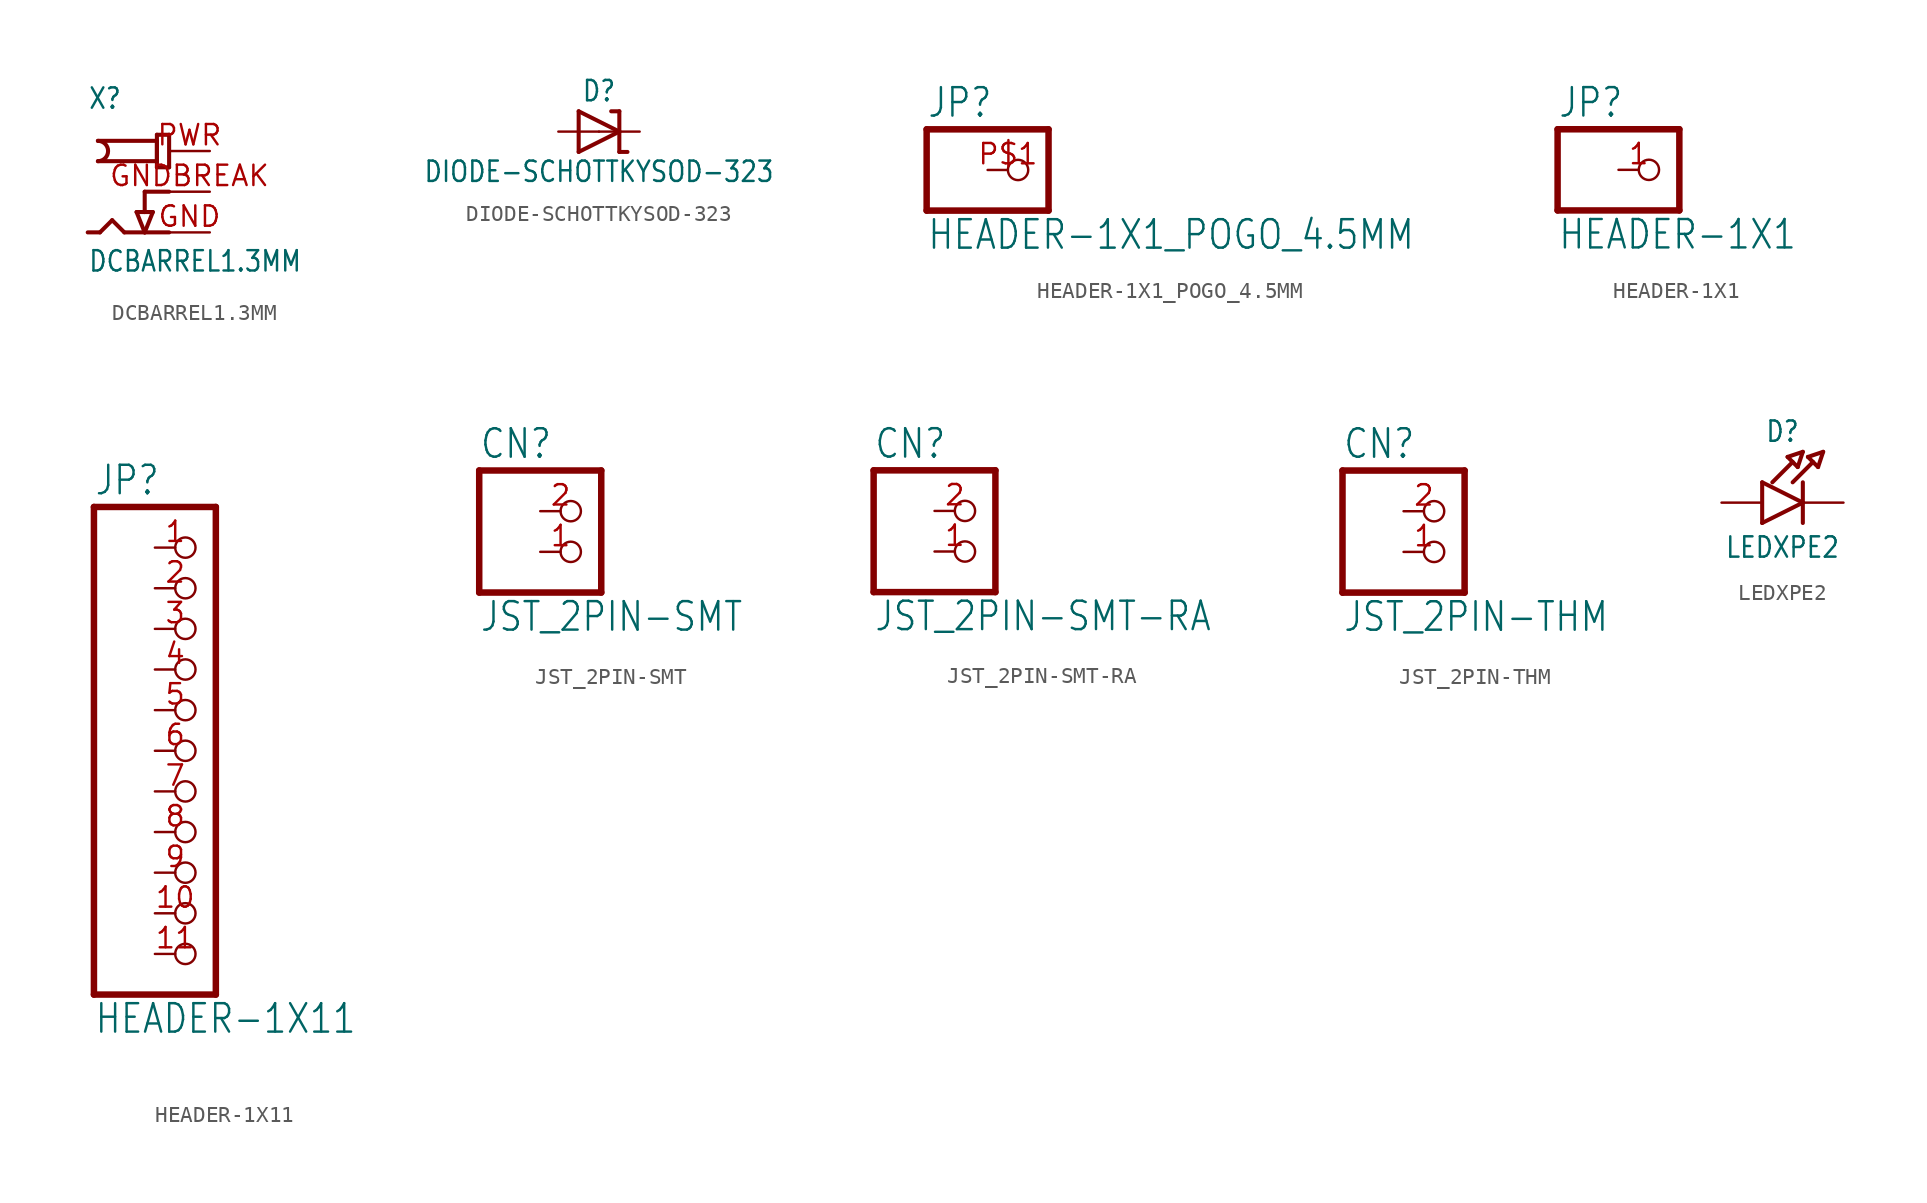
<source format=kicad_sym>
(kicad_symbol_lib
  (version 20211014)
  (generator kicad_symbol_editor)
  (symbol "DCBARREL1.3MM"
    (property "Reference" "X"
      (at -5.08 5.08 0)
      (effects (font (size 1.27 1.079)) (justify left bottom)))
    (property "Value" "DCBARREL1.3MM"
      (at -5.08 -5.08 0)
      (effects (font (size 1.27 1.079)) (justify left bottom)))
    (property "ki_locked" ""
      (at 0 0 0)
      (effects (font (size 1.27 1.27))))
    (symbol "DCBARREL1.3MM_1_0"
      (arc (start -4.445 1.905) (mid -3.81 2.54) (end -4.445 3.175) (stroke (width 0.254) (type default) (color 0 0 0 0)) (fill (type none)))
      (polyline (pts (xy -5.08 -2.54) (xy -4.318 -2.54)) (stroke (width 0.254) (type default) (color 0 0 0 0)) (fill (type none)))
      (polyline (pts (xy -4.318 -2.54) (xy -3.556 -1.778)) (stroke (width 0.254) (type default) (color 0 0 0 0)) (fill (type none)))
      (polyline (pts (xy -3.556 -1.778) (xy -2.794 -2.54)) (stroke (width 0.254) (type default) (color 0 0 0 0)) (fill (type none)))
      (polyline (pts (xy -2.032 -1.27) (xy -1.524 -1.27)) (stroke (width 0.254) (type default) (color 0 0 0 0)) (fill (type none)))
      (polyline (pts (xy -1.524 -2.54) (xy -2.794 -2.54)) (stroke (width 0.254) (type default) (color 0 0 0 0)) (fill (type none)))
      (polyline (pts (xy -1.524 -2.54) (xy -2.032 -1.27)) (stroke (width 0.254) (type default) (color 0 0 0 0)) (fill (type none)))
      (polyline (pts (xy -1.524 -1.27) (xy -1.016 -1.27)) (stroke (width 0.254) (type default) (color 0 0 0 0)) (fill (type none)))
      (polyline (pts (xy -1.524 0) (xy -1.524 -1.27)) (stroke (width 0.254) (type default) (color 0 0 0 0)) (fill (type none)))
      (polyline (pts (xy -1.016 -1.27) (xy -1.524 -2.54)) (stroke (width 0.254) (type default) (color 0 0 0 0)) (fill (type none)))
      (polyline (pts (xy -0.762 1.524) (xy -0.762 3.556)) (stroke (width 0.254) (type default) (color 0 0 0 0)) (fill (type none)))
      (polyline (pts (xy -0.762 1.905) (xy -4.445 1.905)) (stroke (width 0.254) (type default) (color 0 0 0 0)) (fill (type none)))
      (polyline (pts (xy -0.762 3.175) (xy -4.445 3.175)) (stroke (width 0.254) (type default) (color 0 0 0 0)) (fill (type none)))
      (polyline (pts (xy -0.762 3.175) (xy -0.762 1.905)) (stroke (width 0.254) (type default) (color 0 0 0 0)) (fill (type none)))
      (polyline (pts (xy -0.762 3.556) (xy 0 3.556)) (stroke (width 0.254) (type default) (color 0 0 0 0)) (fill (type none)))
      (polyline (pts (xy 0 -2.54) (xy -1.524 -2.54)) (stroke (width 0.254) (type default) (color 0 0 0 0)) (fill (type none)))
      (polyline (pts (xy 0 0) (xy -1.524 0)) (stroke (width 0.254) (type default) (color 0 0 0 0)) (fill (type none)))
      (polyline (pts (xy 0 1.524) (xy -0.762 1.524)) (stroke (width 0.254) (type default) (color 0 0 0 0)) (fill (type none)))
      (polyline (pts (xy 0 3.556) (xy 0 1.524)) (stroke (width 0.254) (type default) (color 0 0 0 0)) (fill (type none)))
      (pin power_in line (at 2.54 -2.54 180) (length 2.54) (name "GND" (effects (font (size 0 0)))) (number "GND" (effects (font (size 1.27 1.27)))))
      (pin power_in line (at 2.54 0 180) (length 2.54) (name "GNDBREAK" (effects (font (size 0 0)))) (number "GNDBREAK" (effects (font (size 1.27 1.27)))))
      (pin power_in line (at 2.54 2.54 180) (length 2.54) (name "PWR" (effects (font (size 0 0)))) (number "PWR" (effects (font (size 1.27 1.27)))))))
  (symbol "DIODE-SCHOTTKYSOD-323"
    (property "Reference" "D"
      (at 0 2.54 0)
      (effects (font (size 1.27 1.079))))
    (property "Value" "DIODE-SCHOTTKYSOD-323"
      (at 0 -2.5 0)
      (effects (font (size 1.27 1.079))))
    (property "ki_locked" ""
      (at 0 0 0)
      (effects (font (size 1.27 1.27))))
    (symbol "DIODE-SCHOTTKYSOD-323_1_0"
      (polyline (pts (xy -1.27 -1.27) (xy 1.27 0)) (stroke (width 0.254) (type default) (color 0 0 0 0)) (fill (type none)))
      (polyline (pts (xy -1.27 1.27) (xy -1.27 -1.27)) (stroke (width 0.254) (type default) (color 0 0 0 0)) (fill (type none)))
      (polyline (pts (xy 1.27 -1.27) (xy 1.778 -1.27)) (stroke (width 0.254) (type default) (color 0 0 0 0)) (fill (type none)))
      (polyline (pts (xy 1.27 0) (xy -1.27 1.27)) (stroke (width 0.254) (type default) (color 0 0 0 0)) (fill (type none)))
      (polyline (pts (xy 1.27 0) (xy 1.27 -1.27)) (stroke (width 0.254) (type default) (color 0 0 0 0)) (fill (type none)))
      (polyline (pts (xy 1.27 1.27) (xy 0.762 1.27)) (stroke (width 0.254) (type default) (color 0 0 0 0)) (fill (type none)))
      (polyline (pts (xy 1.27 1.27) (xy 1.27 0)) (stroke (width 0.254) (type default) (color 0 0 0 0)) (fill (type none)))
      (pin passive line (at -2.54 0 0) (length 2.54) (name "A" (effects (font (size 0 0)))) (number "A" (effects (font (size 0 0)))))
      (pin passive line (at 2.54 0 180) (length 2.54) (name "C" (effects (font (size 0 0)))) (number "C" (effects (font (size 0 0)))))))
  (symbol "HEADER-1X1_POGO_4.5MM"
    (property "Reference" "JP"
      (at -6.35 3.175 0)
      (effects (font (size 1.778 1.511)) (justify left bottom)))
    (property "Value" "HEADER-1X1_POGO_4.5MM"
      (at -6.35 -5.08 0)
      (effects (font (size 1.778 1.511)) (justify left bottom)))
    (property "ki_locked" ""
      (at 0 0 0)
      (effects (font (size 1.27 1.27))))
    (symbol "HEADER-1X1_POGO_4.5MM_1_0"
      (polyline (pts (xy -6.35 -2.54) (xy 1.27 -2.54)) (stroke (width 0.406) (type default) (color 0 0 0 0)) (fill (type none)))
      (polyline (pts (xy -6.35 2.54) (xy -6.35 -2.54)) (stroke (width 0.406) (type default) (color 0 0 0 0)) (fill (type none)))
      (polyline (pts (xy 1.27 -2.54) (xy 1.27 2.54)) (stroke (width 0.406) (type default) (color 0 0 0 0)) (fill (type none)))
      (polyline (pts (xy 1.27 2.54) (xy -6.35 2.54)) (stroke (width 0.406) (type default) (color 0 0 0 0)) (fill (type none)))
      (pin passive inverted (at -2.54 0 0) (length 2.54) (name "1" (effects (font (size 0 0)))) (number "P$1" (effects (font (size 1.27 1.27)))))))
  (symbol "HEADER-1X1"
    (property "Reference" "JP"
      (at -6.35 3.175 0)
      (effects (font (size 1.778 1.511)) (justify left bottom)))
    (property "Value" "HEADER-1X1"
      (at -6.35 -5.08 0)
      (effects (font (size 1.778 1.511)) (justify left bottom)))
    (property "ki_locked" ""
      (at 0 0 0)
      (effects (font (size 1.27 1.27))))
    (symbol "HEADER-1X1_1_0"
      (polyline (pts (xy -6.35 -2.54) (xy 1.27 -2.54)) (stroke (width 0.406) (type default) (color 0 0 0 0)) (fill (type none)))
      (polyline (pts (xy -6.35 2.54) (xy -6.35 -2.54)) (stroke (width 0.406) (type default) (color 0 0 0 0)) (fill (type none)))
      (polyline (pts (xy 1.27 -2.54) (xy 1.27 2.54)) (stroke (width 0.406) (type default) (color 0 0 0 0)) (fill (type none)))
      (polyline (pts (xy 1.27 2.54) (xy -6.35 2.54)) (stroke (width 0.406) (type default) (color 0 0 0 0)) (fill (type none)))
      (pin passive inverted (at -2.54 0 0) (length 2.54) (name "1" (effects (font (size 0 0)))) (number "1" (effects (font (size 1.27 1.27)))))))
  (symbol "HEADER-1X11"
    (property "Reference" "JP"
      (at -6.35 15.875 0)
      (effects (font (size 1.778 1.511)) (justify left bottom)))
    (property "Value" "HEADER-1X11"
      (at -6.35 -17.78 0)
      (effects (font (size 1.778 1.511)) (justify left bottom)))
    (property "ki_locked" ""
      (at 0 0 0)
      (effects (font (size 1.27 1.27))))
    (symbol "HEADER-1X11_1_0"
      (polyline (pts (xy -6.35 -15.24) (xy 1.27 -15.24)) (stroke (width 0.406) (type default) (color 0 0 0 0)) (fill (type none)))
      (polyline (pts (xy -6.35 15.24) (xy -6.35 -15.24)) (stroke (width 0.406) (type default) (color 0 0 0 0)) (fill (type none)))
      (polyline (pts (xy 1.27 -15.24) (xy 1.27 15.24)) (stroke (width 0.406) (type default) (color 0 0 0 0)) (fill (type none)))
      (polyline (pts (xy 1.27 15.24) (xy -6.35 15.24)) (stroke (width 0.406) (type default) (color 0 0 0 0)) (fill (type none)))
      (pin passive inverted (at -2.54 12.7 0) (length 2.54) (name "1" (effects (font (size 0 0)))) (number "1" (effects (font (size 1.27 1.27)))))
      (pin passive inverted (at -2.54 -10.16 0) (length 2.54) (name "10" (effects (font (size 0 0)))) (number "10" (effects (font (size 1.27 1.27)))))
      (pin passive inverted (at -2.54 -12.7 0) (length 2.54) (name "11" (effects (font (size 0 0)))) (number "11" (effects (font (size 1.27 1.27)))))
      (pin passive inverted (at -2.54 10.16 0) (length 2.54) (name "2" (effects (font (size 0 0)))) (number "2" (effects (font (size 1.27 1.27)))))
      (pin passive inverted (at -2.54 7.62 0) (length 2.54) (name "3" (effects (font (size 0 0)))) (number "3" (effects (font (size 1.27 1.27)))))
      (pin passive inverted (at -2.54 5.08 0) (length 2.54) (name "4" (effects (font (size 0 0)))) (number "4" (effects (font (size 1.27 1.27)))))
      (pin passive inverted (at -2.54 2.54 0) (length 2.54) (name "5" (effects (font (size 0 0)))) (number "5" (effects (font (size 1.27 1.27)))))
      (pin passive inverted (at -2.54 0 0) (length 2.54) (name "6" (effects (font (size 0 0)))) (number "6" (effects (font (size 1.27 1.27)))))
      (pin passive inverted (at -2.54 -2.54 0) (length 2.54) (name "7" (effects (font (size 0 0)))) (number "7" (effects (font (size 1.27 1.27)))))
      (pin passive inverted (at -2.54 -5.08 0) (length 2.54) (name "8" (effects (font (size 0 0)))) (number "8" (effects (font (size 1.27 1.27)))))
      (pin passive inverted (at -2.54 -7.62 0) (length 2.54) (name "9" (effects (font (size 0 0)))) (number "9" (effects (font (size 1.27 1.27)))))))
  (symbol "JST_2PIN-SMT"
    (property "Reference" "CN"
      (at -6.35 5.715 0)
      (effects (font (size 1.778 1.511)) (justify left bottom)))
    (property "Value" "JST_2PIN-SMT"
      (at -6.35 -5.08 0)
      (effects (font (size 1.778 1.511)) (justify left bottom)))
    (property "ki_locked" ""
      (at 0 0 0)
      (effects (font (size 1.27 1.27))))
    (symbol "JST_2PIN-SMT_1_0"
      (polyline (pts (xy -6.35 -2.54) (xy 1.27 -2.54)) (stroke (width 0.406) (type default) (color 0 0 0 0)) (fill (type none)))
      (polyline (pts (xy -6.35 5.08) (xy -6.35 -2.54)) (stroke (width 0.406) (type default) (color 0 0 0 0)) (fill (type none)))
      (polyline (pts (xy 1.27 -2.54) (xy 1.27 5.08)) (stroke (width 0.406) (type default) (color 0 0 0 0)) (fill (type none)))
      (polyline (pts (xy 1.27 5.08) (xy -6.35 5.08)) (stroke (width 0.406) (type default) (color 0 0 0 0)) (fill (type none)))
      (pin passive inverted (at -2.54 0 0) (length 2.54) (name "2" (effects (font (size 0 0)))) (number "1" (effects (font (size 1.27 1.27)))))
      (pin passive inverted (at -2.54 2.54 0) (length 2.54) (name "1" (effects (font (size 0 0)))) (number "2" (effects (font (size 1.27 1.27)))))))
  (symbol "JST_2PIN-SMT-RA"
    (property "Reference" "CN"
      (at -6.35 5.715 0)
      (effects (font (size 1.778 1.511)) (justify left bottom)))
    (property "Value" "JST_2PIN-SMT-RA"
      (at -6.35 -5.08 0)
      (effects (font (size 1.778 1.511)) (justify left bottom)))
    (property "ki_locked" ""
      (at 0 0 0)
      (effects (font (size 1.27 1.27))))
    (symbol "JST_2PIN-SMT-RA_1_0"
      (polyline (pts (xy -6.35 -2.54) (xy 1.27 -2.54)) (stroke (width 0.406) (type default) (color 0 0 0 0)) (fill (type none)))
      (polyline (pts (xy -6.35 5.08) (xy -6.35 -2.54)) (stroke (width 0.406) (type default) (color 0 0 0 0)) (fill (type none)))
      (polyline (pts (xy 1.27 -2.54) (xy 1.27 5.08)) (stroke (width 0.406) (type default) (color 0 0 0 0)) (fill (type none)))
      (polyline (pts (xy 1.27 5.08) (xy -6.35 5.08)) (stroke (width 0.406) (type default) (color 0 0 0 0)) (fill (type none)))
      (pin passive inverted (at -2.54 0 0) (length 2.54) (name "2" (effects (font (size 0 0)))) (number "1" (effects (font (size 1.27 1.27)))))
      (pin passive inverted (at -2.54 2.54 0) (length 2.54) (name "1" (effects (font (size 0 0)))) (number "2" (effects (font (size 1.27 1.27)))))))
  (symbol "JST_2PIN-THM"
    (property "Reference" "CN"
      (at -6.35 5.715 0)
      (effects (font (size 1.778 1.511)) (justify left bottom)))
    (property "Value" "JST_2PIN-THM"
      (at -6.35 -5.08 0)
      (effects (font (size 1.778 1.511)) (justify left bottom)))
    (property "ki_locked" ""
      (at 0 0 0)
      (effects (font (size 1.27 1.27))))
    (symbol "JST_2PIN-THM_1_0"
      (polyline (pts (xy -6.35 -2.54) (xy 1.27 -2.54)) (stroke (width 0.406) (type default) (color 0 0 0 0)) (fill (type none)))
      (polyline (pts (xy -6.35 5.08) (xy -6.35 -2.54)) (stroke (width 0.406) (type default) (color 0 0 0 0)) (fill (type none)))
      (polyline (pts (xy 1.27 -2.54) (xy 1.27 5.08)) (stroke (width 0.406) (type default) (color 0 0 0 0)) (fill (type none)))
      (polyline (pts (xy 1.27 5.08) (xy -6.35 5.08)) (stroke (width 0.406) (type default) (color 0 0 0 0)) (fill (type none)))
      (pin passive inverted (at -2.54 0 0) (length 2.54) (name "2" (effects (font (size 0 0)))) (number "1" (effects (font (size 1.27 1.27)))))
      (pin passive inverted (at -2.54 2.54 0) (length 2.54) (name "1" (effects (font (size 0 0)))) (number "2" (effects (font (size 1.27 1.27)))))))
  (symbol "LEDXPE2"
    (property "Reference" "D"
      (at -1.27 4.445 0)
      (effects (font (size 1.27 1.079))))
    (property "Value" "LEDXPE2"
      (at -1.27 -2.794 0)
      (effects (font (size 1.27 1.079))))
    (property "ki_locked" ""
      (at 0 0 0)
      (effects (font (size 1.27 1.27))))
    (symbol "LEDXPE2_1_0"
      (polyline (pts (xy -2.54 -1.27) (xy 0 0)) (stroke (width 0.254) (type default) (color 0 0 0 0)) (fill (type none)))
      (polyline (pts (xy -2.54 1.27) (xy -2.54 -1.27)) (stroke (width 0.254) (type default) (color 0 0 0 0)) (fill (type none)))
      (polyline (pts (xy -1.905 1.27) (xy -0.635 2.54)) (stroke (width 0.254) (type default) (color 0 0 0 0)) (fill (type none)))
      (polyline (pts (xy -0.953 2.857) (xy -0.318 2.223)) (stroke (width 0.254) (type default) (color 0 0 0 0)) (fill (type none)))
      (polyline (pts (xy -0.635 1.27) (xy 0.635 2.54)) (stroke (width 0.254) (type default) (color 0 0 0 0)) (fill (type none)))
      (polyline (pts (xy -0.318 2.223) (xy 0 3.175)) (stroke (width 0.254) (type default) (color 0 0 0 0)) (fill (type none)))
      (polyline (pts (xy 0 0) (xy -2.54 1.27)) (stroke (width 0.254) (type default) (color 0 0 0 0)) (fill (type none)))
      (polyline (pts (xy 0 0) (xy 0 -1.27)) (stroke (width 0.254) (type default) (color 0 0 0 0)) (fill (type none)))
      (polyline (pts (xy 0 1.27) (xy 0 0)) (stroke (width 0.254) (type default) (color 0 0 0 0)) (fill (type none)))
      (polyline (pts (xy 0 3.175) (xy -0.953 2.857)) (stroke (width 0.254) (type default) (color 0 0 0 0)) (fill (type none)))
      (polyline (pts (xy 0.318 2.857) (xy 0.953 2.223)) (stroke (width 0.254) (type default) (color 0 0 0 0)) (fill (type none)))
      (polyline (pts (xy 0.953 2.223) (xy 1.27 3.175)) (stroke (width 0.254) (type default) (color 0 0 0 0)) (fill (type none)))
      (polyline (pts (xy 1.27 3.175) (xy 0.318 2.857)) (stroke (width 0.254) (type default) (color 0 0 0 0)) (fill (type none)))
      (pin passive line (at -5.08 0 0) (length 2.54) (name "A" (effects (font (size 0 0)))) (number "ANODE" (effects (font (size 0 0)))))
      (pin passive line (at 2.54 0 180) (length 2.54) (name "C" (effects (font (size 0 0)))) (number "CATHODE" (effects (font (size 0 0))))))))
</source>
